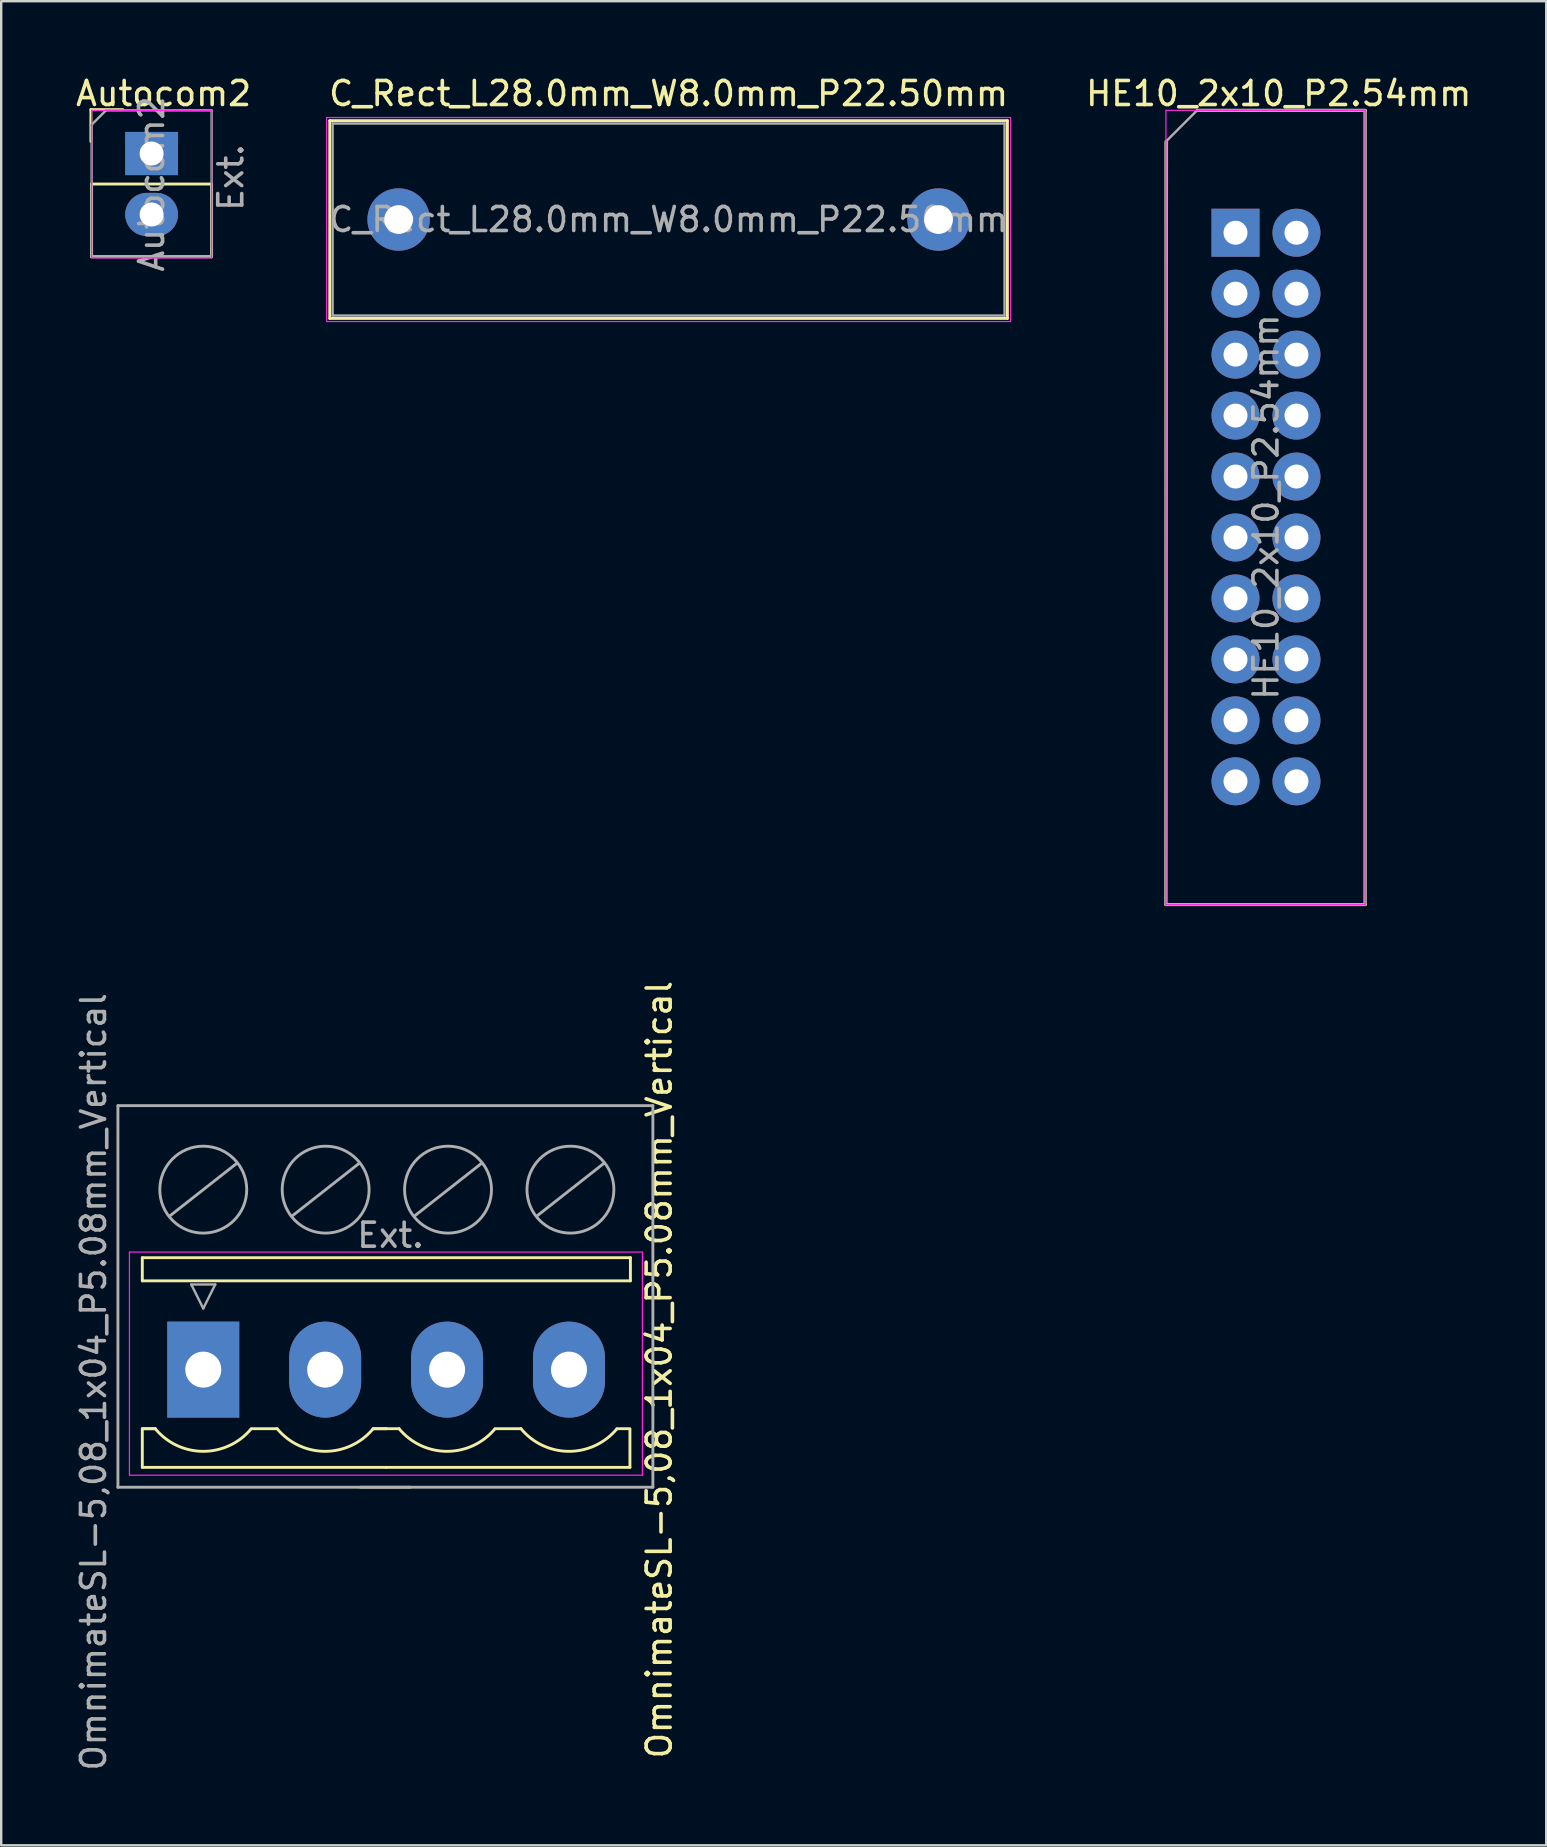
<source format=kicad_pcb>
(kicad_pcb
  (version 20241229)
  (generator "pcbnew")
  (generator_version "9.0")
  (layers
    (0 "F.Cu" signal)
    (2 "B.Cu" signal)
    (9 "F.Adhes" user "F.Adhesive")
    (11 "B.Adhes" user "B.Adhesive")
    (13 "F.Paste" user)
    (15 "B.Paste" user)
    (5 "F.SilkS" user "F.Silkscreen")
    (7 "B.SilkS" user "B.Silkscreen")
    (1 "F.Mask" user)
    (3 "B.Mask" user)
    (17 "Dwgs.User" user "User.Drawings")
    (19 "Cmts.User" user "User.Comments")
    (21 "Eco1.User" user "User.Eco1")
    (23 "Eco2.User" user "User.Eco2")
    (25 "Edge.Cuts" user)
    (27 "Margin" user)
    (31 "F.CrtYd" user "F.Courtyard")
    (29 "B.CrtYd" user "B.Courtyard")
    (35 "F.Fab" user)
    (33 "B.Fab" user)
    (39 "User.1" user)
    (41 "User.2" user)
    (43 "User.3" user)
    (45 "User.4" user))
  (footprint "C_Rect_L28.0mm_W8.0mm_P22.50mm"
    (layer "F.Cu")
    (at 13.561 6.098)
    (property "Reference" "C_Rect_L28.0mm_W8.0mm_P22.50mm" (at 11.25 -5.25 0) (layer "F.SilkS") (effects (font (size 1 1) (thickness 0.15))))
    (attr through_hole)
    (fp_line (start -2.87 -4.12) (end -2.87 4.12) (stroke (width 0.12) (type solid)) (layer "F.SilkS"))
    (fp_line (start -2.87 -4.12) (end 25.37 -4.12) (stroke (width 0.12) (type solid)) (layer "F.SilkS"))
    (fp_line (start -2.87 4.12) (end 25.37 4.12) (stroke (width 0.12) (type solid)) (layer "F.SilkS"))
    (fp_line (start 25.37 -4.12) (end 25.37 4.12) (stroke (width 0.12) (type solid)) (layer "F.SilkS"))
    (fp_line (start -3 -4.25) (end -3 4.25) (stroke (width 0.05) (type solid)) (layer "F.CrtYd"))
    (fp_line (start -3 4.25) (end 25.5 4.25) (stroke (width 0.05) (type solid)) (layer "F.CrtYd"))
    (fp_line (start 25.5 -4.25) (end -3 -4.25) (stroke (width 0.05) (type solid)) (layer "F.CrtYd"))
    (fp_line (start 25.5 4.25) (end 25.5 -4.25) (stroke (width 0.05) (type solid)) (layer "F.CrtYd"))
    (fp_line (start -2.75 -4) (end -2.75 4) (stroke (width 0.1) (type solid)) (layer "F.Fab"))
    (fp_line (start -2.75 4) (end 25.25 4) (stroke (width 0.1) (type solid)) (layer "F.Fab"))
    (fp_line (start 25.25 -4) (end -2.75 -4) (stroke (width 0.1) (type solid)) (layer "F.Fab"))
    (fp_line (start 25.25 4) (end 25.25 -4) (stroke (width 0.1) (type solid)) (layer "F.Fab"))
    (fp_text user "${REFERENCE}" (at 11.25 0 0) (layer "F.Fab") (effects (font (size 1 1) (thickness 0.15))))
    (pad "1" thru_hole circle (at 0 0) (size 2.6 2.6) (drill 1.2) (layers "*.Cu" "*.Mask"))
    (pad "2" thru_hole circle (at 22.5 0) (size 2.6 2.6) (drill 1.2) (layers "*.Cu" "*.Mask")))
  (footprint "HE10_2x10_P2.54mm"
    (layer "F.Cu")
    (at 48.435 6.648)
    (property "Reference" "HE10_2x10_P2.54mm" (at 1.8 -5.8 0) (layer "F.SilkS") (effects (font (size 1 1) (thickness 0.15))))
    (attr through_hole)
    (fp_line (start -2.9 28) (end -2.9 -3.8) (stroke (width 0.12) (type solid)) (layer "F.SilkS"))
    (fp_line (start -1.6 -5.1) (end 5.4 -5.1) (stroke (width 0.12) (type solid)) (layer "F.SilkS"))
    (fp_line (start 5.4 -5.1) (end 5.4 28) (stroke (width 0.12) (type solid)) (layer "F.SilkS"))
    (fp_line (start 5.4 28) (end -2.9 28) (stroke (width 0.12) (type solid)) (layer "F.SilkS"))
    (fp_line (start -2.9 -5.1) (end -2.9 28) (stroke (width 0.05) (type solid)) (layer "F.CrtYd"))
    (fp_line (start -2.9 28) (end 5.4 28) (stroke (width 0.05) (type solid)) (layer "F.CrtYd"))
    (fp_line (start 5.4 -5.1) (end -2.9 -5.1) (stroke (width 0.05) (type solid)) (layer "F.CrtYd"))
    (fp_line (start 5.4 28) (end 5.4 -5.1) (stroke (width 0.05) (type solid)) (layer "F.CrtYd"))
    (fp_line (start -2.9 28) (end -2.87 -3.83) (stroke (width 0.12) (type solid)) (layer "F.Fab"))
    (fp_line (start -2.87 -3.83) (end -1.6 -5.1) (stroke (width 0.1) (type solid)) (layer "F.Fab"))
    (fp_line (start -1.6 -5.1) (end 5.4 -5.1) (stroke (width 0.12) (type solid)) (layer "F.Fab"))
    (fp_line (start 5.4 -5.1) (end 5.4 28) (stroke (width 0.12) (type solid)) (layer "F.Fab"))
    (fp_line (start 5.4 28) (end -2.9 28) (stroke (width 0.12) (type solid)) (layer "F.Fab"))
    (fp_text user "${REFERENCE}" (at 1.27 11.43 90) (layer "F.Fab") (effects (font (size 1 1) (thickness 0.15))))
    (pad "1" thru_hole rect (at 0 0) (size 2 2) (drill 1) (layers "*.Cu" "*.Mask"))
    (pad "2" thru_hole oval (at 2.54 0) (size 2 2) (drill 1) (layers "*.Cu" "*.Mask"))
    (pad "3" thru_hole oval (at 0 2.54) (size 2 2) (drill 1) (layers "*.Cu" "*.Mask"))
    (pad "4" thru_hole oval (at 2.54 2.54) (size 2 2) (drill 1) (layers "*.Cu" "*.Mask"))
    (pad "5" thru_hole oval (at 0 5.08) (size 2 2) (drill 1) (layers "*.Cu" "*.Mask"))
    (pad "6" thru_hole oval (at 2.54 5.08) (size 2 2) (drill 1) (layers "*.Cu" "*.Mask"))
    (pad "7" thru_hole oval (at 0 7.62) (size 2 2) (drill 1) (layers "*.Cu" "*.Mask"))
    (pad "8" thru_hole oval (at 2.54 7.62) (size 2 2) (drill 1) (layers "*.Cu" "*.Mask"))
    (pad "9" thru_hole oval (at 0 10.16) (size 2 2) (drill 1) (layers "*.Cu" "*.Mask"))
    (pad "10" thru_hole oval (at 2.54 10.16) (size 2 2) (drill 1) (layers "*.Cu" "*.Mask"))
    (pad "11" thru_hole oval (at 0 12.7) (size 2 2) (drill 1) (layers "*.Cu" "*.Mask"))
    (pad "12" thru_hole oval (at 2.54 12.7) (size 2 2) (drill 1) (layers "*.Cu" "*.Mask"))
    (pad "13" thru_hole oval (at 0 15.24) (size 2 2) (drill 1) (layers "*.Cu" "*.Mask"))
    (pad "14" thru_hole oval (at 2.54 15.24) (size 2 2) (drill 1) (layers "*.Cu" "*.Mask"))
    (pad "15" thru_hole oval (at 0 17.78) (size 2 2) (drill 1) (layers "*.Cu" "*.Mask"))
    (pad "16" thru_hole oval (at 2.54 17.78) (size 2 2) (drill 1) (layers "*.Cu" "*.Mask"))
    (pad "17" thru_hole oval (at 0 20.32) (size 2 2) (drill 1) (layers "*.Cu" "*.Mask"))
    (pad "18" thru_hole oval (at 2.54 20.32) (size 2 2) (drill 1) (layers "*.Cu" "*.Mask"))
    (pad "19" thru_hole oval (at 0 22.86) (size 2 2) (drill 1) (layers "*.Cu" "*.Mask"))
    (pad "20" thru_hole oval (at 2.54 22.86) (size 2 2) (drill 1) (layers "*.Cu" "*.Mask")))
  (footprint "Autocom2"
    (layer "F.Cu")
    (at 3.268 3.348)
    (property "Reference" "Autocom2" (at 0.5 -2.5 0) (layer "F.SilkS") (effects (font (size 1 1) (thickness 0.15))))
    (attr through_hole)
    (fp_line (start -2.53 -1.83) (end -1.2 -1.83) (stroke (width 0.12) (type solid)) (layer "F.SilkS"))
    (fp_line (start -2.53 -0.5) (end -2.53 -1.83) (stroke (width 0.12) (type solid)) (layer "F.SilkS"))
    (fp_line (start -2.5 1.27) (end 2.5 1.27) (stroke (width 0.12) (type solid)) (layer "F.SilkS"))
    (fp_line (start -2.5 1.3) (end -2.5 4.3) (stroke (width 0.12) (type solid)) (layer "F.SilkS"))
    (fp_line (start -2.5 4.3) (end 2.5 4.3) (stroke (width 0.12) (type solid)) (layer "F.SilkS"))
    (fp_line (start 2.5 1.27) (end 2.5 4.3) (stroke (width 0.12) (type solid)) (layer "F.SilkS"))
    (fp_line (start -2.5 -1.8) (end -2.5 4.35) (stroke (width 0.05) (type solid)) (layer "F.CrtYd"))
    (fp_line (start -2.5 4.35) (end 2.5 4.35) (stroke (width 0.05) (type solid)) (layer "F.CrtYd"))
    (fp_line (start 2.5 -1.8) (end -2.5 -1.8) (stroke (width 0.05) (type solid)) (layer "F.CrtYd"))
    (fp_line (start 2.5 4.35) (end 2.5 -1.8) (stroke (width 0.05) (type solid)) (layer "F.CrtYd"))
    (fp_line (start -2.535 -1.165) (end -1.9 -1.8) (stroke (width 0.1) (type solid)) (layer "F.Fab"))
    (fp_line (start -2.5 4.3) (end -2.5 -1.165) (stroke (width 0.1) (type solid)) (layer "F.Fab"))
    (fp_line (start -1.905 -1.8) (end 2.5 -1.8) (stroke (width 0.1) (type solid)) (layer "F.Fab"))
    (fp_line (start 2.5 -1.8) (end 2.5 4.3) (stroke (width 0.1) (type solid)) (layer "F.Fab"))
    (fp_line (start 2.5 4.3) (end -2.5 4.3) (stroke (width 0.1) (type solid)) (layer "F.Fab"))
    (fp_text user "Ext." (at 3.3 1 90) (layer "F.Fab") (effects (font (size 1 1) (thickness 0.15))))
    (fp_text user "${REFERENCE}" (at 0 1.27 90) (layer "F.Fab") (effects (font (size 1 1) (thickness 0.15))))
    (pad "1" thru_hole rect (at 0 0) (size 2.2 1.8) (drill 1) (layers "*.Cu" "*.Mask"))
    (pad "2" thru_hole oval (at 0 2.54) (size 2.2 1.8) (drill 1) (layers "*.Cu" "*.Mask")))
  (footprint "OmnimateSL-5,08_1x04_P5.08mm_Vertical"
    (layer "F.Cu")
    (at 5.42 54.024)
    (property "Reference" "OmnimateSL-5,08_1x04_P5.08mm_Vertical" (at 19 0 90) (layer "F.SilkS") (effects (font (size 1 1) (thickness 0.15))))
    (attr through_hole)
    (fp_line (start -2.54 -4.664) (end 17.8 -4.664) (stroke (width 0.12) (type solid)) (layer "F.SilkS"))
    (fp_line (start -2.54 -3.7) (end -2.54 -4.664) (stroke (width 0.12) (type solid)) (layer "F.SilkS"))
    (fp_line (start -2.54 -3.7) (end 17.8 -3.7) (stroke (width 0.12) (type solid)) (layer "F.SilkS"))
    (fp_line (start -2.54 4.072) (end -2.54 2.497) (stroke (width 0.12) (type solid)) (layer "F.SilkS"))
    (fp_line (start -2.54 4.072) (end 7.62 4.072) (stroke (width 0.12) (type solid)) (layer "F.SilkS"))
    (fp_line (start -2 2.462) (end -2.54 2.462) (stroke (width 0.12) (type solid)) (layer "F.SilkS"))
    (fp_line (start -2 2.462) (end -2.54 2.462) (stroke (width 0.12) (type solid)) (layer "F.SilkS"))
    (fp_line (start 2 2.462) (end 3.08 2.462) (stroke (width 0.12) (type solid)) (layer "F.SilkS"))
    (fp_line (start 7.62 2.462) (end 7.08 2.462) (stroke (width 0.12) (type solid)) (layer "F.SilkS"))
    (fp_line (start 7.62 2.462) (end 7.08 2.462) (stroke (width 0.12) (type solid)) (layer "F.SilkS"))
    (fp_line (start 7.62 4.072) (end 17.78 4.072) (stroke (width 0.12) (type solid)) (layer "F.SilkS"))
    (fp_line (start 8.16 2.462) (end 7.62 2.462) (stroke (width 0.12) (type solid)) (layer "F.SilkS"))
    (fp_line (start 12.16 2.462) (end 13.24 2.462) (stroke (width 0.12) (type solid)) (layer "F.SilkS"))
    (fp_line (start 17.78 2.462) (end 17.24 2.462) (stroke (width 0.12) (type solid)) (layer "F.SilkS"))
    (fp_line (start 17.78 4.072) (end 17.78 2.497) (stroke (width 0.12) (type solid)) (layer "F.SilkS"))
    (fp_line (start 17.8 -3.7) (end 17.8 -4.664) (stroke (width 0.12) (type solid)) (layer "F.SilkS"))
    (fp_arc (start 1.986842 2.477821) (mid -0.010289 3.404758) (end -2 2.462) (stroke (width 0.12) (type solid)) (layer "F.SilkS"))
    (fp_arc (start 7.066842 2.477821) (mid 5.069711 3.404758) (end 3.08 2.462) (stroke (width 0.12) (type solid)) (layer "F.SilkS"))
    (fp_arc (start 12.146842 2.477821) (mid 10.149711 3.404758) (end 8.16 2.462) (stroke (width 0.12) (type solid)) (layer "F.SilkS"))
    (fp_arc (start 17.226842 2.477821) (mid 15.229711 3.404758) (end 13.24 2.462) (stroke (width 0.12) (type solid)) (layer "F.SilkS"))
    (fp_line (start -3.076 -4.9) (end 18.3 -4.9) (stroke (width 0.05) (type solid)) (layer "F.CrtYd"))
    (fp_line (start -3.076 4.4) (end -3.076 -4.9) (stroke (width 0.05) (type solid)) (layer "F.CrtYd"))
    (fp_line (start 18.3 -4.9) (end 18.3 4.4) (stroke (width 0.05) (type solid)) (layer "F.CrtYd"))
    (fp_line (start 18.3 4.4) (end -3.076 4.4) (stroke (width 0.05) (type solid)) (layer "F.CrtYd"))
    (fp_line (start -3.556 -11) (end 18.736 -11) (stroke (width 0.12) (type solid)) (layer "F.Fab"))
    (fp_line (start -3.556 4.9) (end -3.556 -11) (stroke (width 0.12) (type solid)) (layer "F.Fab"))
    (fp_line (start -1.4 -6.4) (end 1.4 -8.6) (stroke (width 0.12) (type solid)) (layer "F.Fab"))
    (fp_line (start -0.5 -3.55) (end 0.5 -3.55) (stroke (width 0.1) (type solid)) (layer "F.Fab"))
    (fp_line (start 0 -2.55) (end -0.5 -3.55) (stroke (width 0.1) (type solid)) (layer "F.Fab"))
    (fp_line (start 0.5 -3.55) (end 0 -2.55) (stroke (width 0.1) (type solid)) (layer "F.Fab"))
    (fp_line (start 3.7 -6.4) (end 6.5 -8.6) (stroke (width 0.12) (type solid)) (layer "F.Fab"))
    (fp_line (start 8.636 4.9) (end -3.556 4.9) (stroke (width 0.12) (type solid)) (layer "F.Fab"))
    (fp_line (start 8.8 -6.4) (end 11.6 -8.6) (stroke (width 0.12) (type solid)) (layer "F.Fab"))
    (fp_line (start 13.9 -6.4) (end 16.7 -8.6) (stroke (width 0.12) (type solid)) (layer "F.Fab"))
    (fp_line (start 18.736 -11) (end 18.736 4.9) (stroke (width 0.12) (type solid)) (layer "F.Fab"))
    (fp_line (start 18.736 4.9) (end 6.544 4.9) (stroke (width 0.12) (type solid)) (layer "F.Fab"))
    (fp_circle (center 0 -7.5) (end 1.8 -7.3) (stroke (width 0.12) (type solid)) (fill no) (layer "F.Fab"))
    (fp_circle (center 5.1 -7.5) (end 6.9 -7.3) (stroke (width 0.12) (type solid)) (fill no) (layer "F.Fab"))
    (fp_circle (center 10.2 -7.5) (end 12 -7.3) (stroke (width 0.12) (type solid)) (fill no) (layer "F.Fab"))
    (fp_circle (center 15.3 -7.5) (end 17.1 -7.3) (stroke (width 0.12) (type solid)) (fill no) (layer "F.Fab"))
    (fp_text user "${REFERENCE}" (at -4.572 0.508 90) (layer "F.Fab") (effects (font (size 1 1) (thickness 0.15))))
    (fp_text user "Ext." (at 7.8 -5.6 180) (layer "F.Fab") (effects (font (size 1 1) (thickness 0.15))))
    (pad "1" thru_hole rect (at 0 0) (size 3 4) (drill 1.5) (layers "*.Cu" "*.Mask"))
    (pad "2" thru_hole oval (at 5.08 0) (size 3 4) (drill 1.5) (layers "*.Cu" "*.Mask"))
    (pad "3" thru_hole oval (at 10.16 0) (size 3 4) (drill 1.5) (layers "*.Cu" "*.Mask"))
    (pad "4" thru_hole oval (at 15.24 0) (size 3 4) (drill 1.5) (layers "*.Cu" "*.Mask")))
  (gr_rect
    (start -3 -3)
    (end 61.383 73.847)
    (stroke (width 0.1) (type default))
    (fill no)
    (layer "Edge.Cuts")))
</source>
